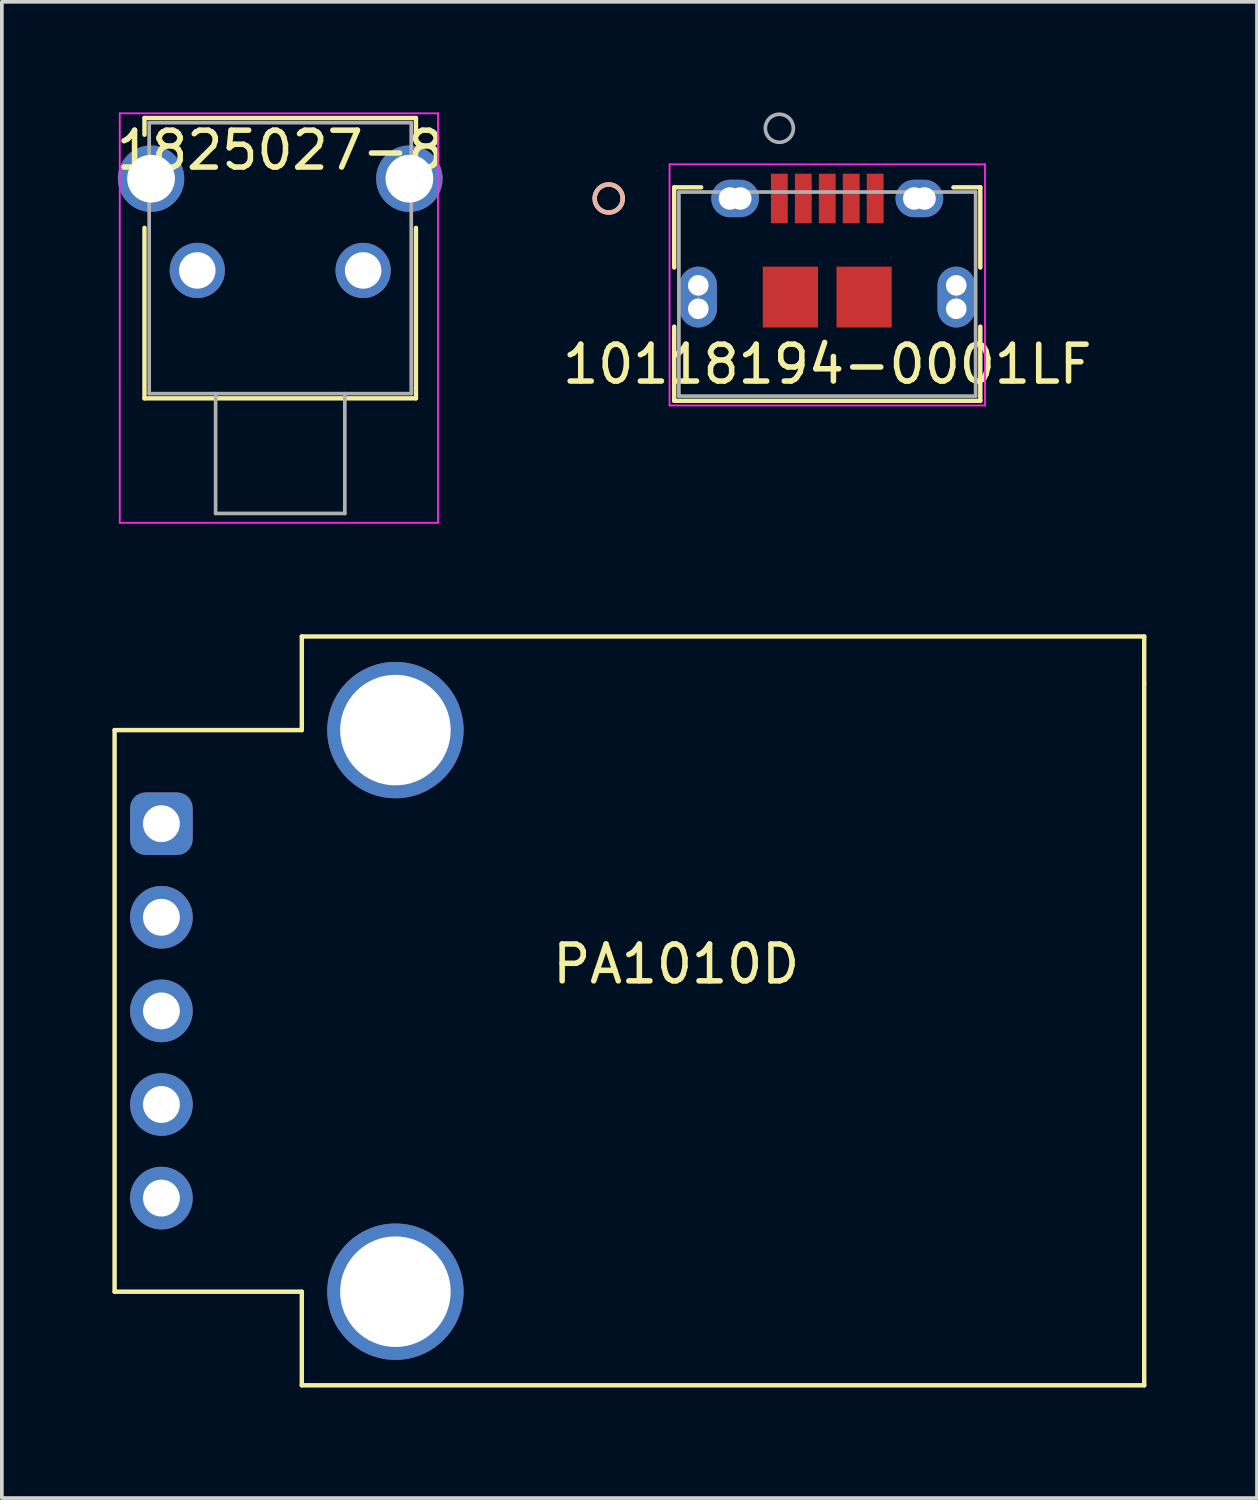
<source format=kicad_pcb>
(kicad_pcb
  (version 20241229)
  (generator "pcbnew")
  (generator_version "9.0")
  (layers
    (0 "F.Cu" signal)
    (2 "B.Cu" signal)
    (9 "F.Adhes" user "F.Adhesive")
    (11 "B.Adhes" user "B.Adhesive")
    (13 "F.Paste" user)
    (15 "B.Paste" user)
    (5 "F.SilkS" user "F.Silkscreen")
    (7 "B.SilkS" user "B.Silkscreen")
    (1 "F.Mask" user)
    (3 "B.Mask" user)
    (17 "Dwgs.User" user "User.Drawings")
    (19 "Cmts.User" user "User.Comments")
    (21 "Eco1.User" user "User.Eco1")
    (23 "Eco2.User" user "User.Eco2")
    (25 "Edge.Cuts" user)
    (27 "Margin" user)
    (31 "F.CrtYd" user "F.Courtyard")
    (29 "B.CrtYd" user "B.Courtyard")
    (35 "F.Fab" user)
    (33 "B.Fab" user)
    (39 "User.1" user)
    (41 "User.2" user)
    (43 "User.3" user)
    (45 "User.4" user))
  (footprint "10118194-0001LF"
    (layer "F.Cu")
    (at 19.399 4.93)
    (property "Reference" "10118194-0001LF" (at 0 1.905 0) (layer "F.SilkS") (effects (font (size 1 1) (thickness 0.15))))
    (attr through_hole)
    (fp_line (start -4.153 -2.896) (end -4.153 -0.721) (stroke (width 0.12) (type solid)) (layer "F.SilkS"))
    (fp_line (start -4.153 0.884) (end -4.153 2.896) (stroke (width 0.12) (type solid)) (layer "F.SilkS"))
    (fp_line (start -4.153 2.896) (end 4.153 2.896) (stroke (width 0.12) (type solid)) (layer "F.SilkS"))
    (fp_line (start -3.423 -2.896) (end -4.153 -2.896) (stroke (width 0.12) (type solid)) (layer "F.SilkS"))
    (fp_line (start 4.153 -2.896) (end 3.423 -2.896) (stroke (width 0.12) (type solid)) (layer "F.SilkS"))
    (fp_line (start 4.153 -0.721) (end 4.153 -2.896) (stroke (width 0.12) (type solid)) (layer "F.SilkS"))
    (fp_line (start 4.153 2.896) (end 4.153 0.884) (stroke (width 0.12) (type solid)) (layer "F.SilkS"))
    (fp_circle (center -5.931 -2.594) (end -5.55 -2.594) (stroke (width 0.12) (type solid)) (fill no) (layer "F.SilkS"))
    (fp_circle (center -5.931 -2.594) (end -5.55 -2.594) (stroke (width 0.12) (type solid)) (fill no) (layer "B.SilkS"))
    (fp_line (start -4.28 -3.521) (end -4.28 3.023) (stroke (width 0.05) (type solid)) (layer "F.CrtYd"))
    (fp_line (start -4.28 3.023) (end 4.28 3.023) (stroke (width 0.05) (type solid)) (layer "F.CrtYd"))
    (fp_line (start 4.28 -3.521) (end -4.28 -3.521) (stroke (width 0.05) (type solid)) (layer "F.CrtYd"))
    (fp_line (start 4.28 3.023) (end 4.28 -3.521) (stroke (width 0.05) (type solid)) (layer "F.CrtYd"))
    (fp_line (start -4.026 -2.769) (end -4.026 2.769) (stroke (width 0.1) (type solid)) (layer "F.Fab"))
    (fp_line (start -4.026 2.769) (end 4.026 2.769) (stroke (width 0.1) (type solid)) (layer "F.Fab"))
    (fp_line (start 4.026 -2.769) (end -4.026 -2.769) (stroke (width 0.1) (type solid)) (layer "F.Fab"))
    (fp_line (start 4.026 2.769) (end 4.026 -2.769) (stroke (width 0.1) (type solid)) (layer "F.Fab"))
    (fp_circle (center -1.3 -4.499) (end -0.919 -4.499) (stroke (width 0.1) (type solid)) (fill no) (layer "F.Fab"))
    (pad "" np_thru_hole circle (at -3.5 -0.236) (size 0.559 0.559) (drill 0.559) (layers "*.Cu" "*.Mask"))
    (pad "" np_thru_hole circle (at -3.5 0.399) (size 0.559 0.559) (drill 0.559) (layers "*.Cu" "*.Mask"))
    (pad "" np_thru_hole circle (at -2.64 -2.594) (size 0.61 0.61) (drill 0.61) (layers "*.Cu" "*.Mask"))
    (pad "" np_thru_hole circle (at -2.36 -2.594) (size 0.61 0.61) (drill 0.61) (layers "*.Cu" "*.Mask"))
    (pad "" np_thru_hole circle (at 2.36 -2.594) (size 0.61 0.61) (drill 0.61) (layers "*.Cu" "*.Mask"))
    (pad "" np_thru_hole circle (at 2.64 -2.594) (size 0.61 0.61) (drill 0.61) (layers "*.Cu" "*.Mask"))
    (pad "" np_thru_hole circle (at 3.5 -0.236) (size 0.559 0.559) (drill 0.559) (layers "*.Cu" "*.Mask"))
    (pad "" np_thru_hole circle (at 3.5 0.399) (size 0.559 0.559) (drill 0.559) (layers "*.Cu" "*.Mask"))
    (pad "1" smd rect (at -1.3 -2.594) (size 0.457 1.346) (layers "F.Cu" "F.Mask" "F.Paste"))
    (pad "2" smd rect (at -0.65 -2.594) (size 0.457 1.346) (layers "F.Cu" "F.Mask" "F.Paste"))
    (pad "3" smd rect (at 0 -2.594) (size 0.457 1.346) (layers "F.Cu" "F.Mask" "F.Paste"))
    (pad "4" smd rect (at 0.65 -2.594) (size 0.457 1.346) (layers "F.Cu" "F.Mask" "F.Paste"))
    (pad "5" smd rect (at 1.3 -2.594) (size 0.457 1.346) (layers "F.Cu" "F.Mask" "F.Paste"))
    (pad "10" smd rect (at -1 0.081) (size 1.499 1.651) (layers "F.Cu" "F.Mask" "F.Paste"))
    (pad "11" smd rect (at 1 0.081) (size 1.499 1.651) (layers "F.Cu" "F.Mask" "F.Paste"))
    (pad "S_1" thru_hole oval (at -3.5 0.081 90) (size 1.651 1.016) (drill 0.025) (layers "*.Cu" "*.Mask"))
    (pad "S_2" thru_hole oval (at 3.5 0.081 90) (size 1.651 1.016) (drill 0.025) (layers "*.Cu" "*.Mask"))
    (pad "S_3" thru_hole oval (at -2.5 -2.594) (size 1.295 1.016) (drill 0.025) (layers "*.Cu" "*.Mask"))
    (pad "S_4" thru_hole oval (at 2.5 -2.594) (size 1.295 1.016) (drill 0.025) (layers "*.Cu" "*.Mask")))
  (footprint "PA1010D"
    (layer "F.Cu")
    (at 1.33 19.302)
    (property "Reference" "PA1010D" (at 13.97 3.81 0) (layer "F.SilkS") (effects (font (size 1 1) (thickness 0.15))))
    (attr through_hole)
    (fp_line (start -1.27 -2.54) (end -1.27 12.7) (stroke (width 0.12) (type solid)) (layer "F.SilkS"))
    (fp_line (start -1.27 12.7) (end 3.81 12.7) (stroke (width 0.12) (type solid)) (layer "F.SilkS"))
    (fp_line (start 3.81 -5.08) (end 3.81 -2.54) (stroke (width 0.12) (type solid)) (layer "F.SilkS"))
    (fp_line (start 3.81 -2.54) (end -1.27 -2.54) (stroke (width 0.12) (type solid)) (layer "F.SilkS"))
    (fp_line (start 3.81 12.7) (end 3.81 15.24) (stroke (width 0.12) (type solid)) (layer "F.SilkS"))
    (fp_line (start 3.81 15.24) (end 26.67 15.24) (stroke (width 0.12) (type solid)) (layer "F.SilkS"))
    (fp_line (start 26.67 -5.08) (end 3.81 -5.08) (stroke (width 0.12) (type solid)) (layer "F.SilkS"))
    (fp_line (start 26.67 -3.81) (end 26.67 -5.08) (stroke (width 0.12) (type solid)) (layer "F.SilkS"))
    (fp_line (start 26.67 15.24) (end 26.67 -3.81) (stroke (width 0.12) (type solid)) (layer "F.SilkS"))
    (pad "" np_thru_hole circle (at 6.35 -2.54) (size 3.7 3.7) (drill 3) (layers "*.Cu" "*.Mask"))
    (pad "" np_thru_hole circle (at 6.35 12.7) (size 3.7 3.7) (drill 3) (layers "*.Cu" "*.Mask"))
    (pad "1" thru_hole roundrect (at 0 0) (size 1.7 1.7) (drill 1) (layers "*.Cu" "*.Mask") (roundrect_rratio 0.25))
    (pad "2" thru_hole circle (at 0 2.54) (size 1.7 1.7) (drill 1) (layers "*.Cu" "*.Mask"))
    (pad "3" thru_hole circle (at 0 5.08) (size 1.7 1.7) (drill 1) (layers "*.Cu" "*.Mask"))
    (pad "4" thru_hole circle (at 0 7.62) (size 1.7 1.7) (drill 1) (layers "*.Cu" "*.Mask"))
    (pad "5" thru_hole circle (at 0 10.16) (size 1.7 1.7) (drill 1) (layers "*.Cu" "*.Mask")))
  (footprint "1825027-8"
    (layer "F.Cu")
    (at 2.304 4.289)
    (property "Reference" "1825027-8" (at 2.25 -3.261 0) (layer "F.SilkS") (effects (font (size 1 1) (thickness 0.15))))
    (attr through_hole)
    (fp_line (start -1.433 -4.137) (end -1.433 -3.683) (stroke (width 0.12) (type solid)) (layer "F.SilkS"))
    (fp_line (start -1.433 -1.156) (end -1.433 3.47) (stroke (width 0.12) (type solid)) (layer "F.SilkS"))
    (fp_line (start -1.433 3.47) (end 5.933 3.47) (stroke (width 0.12) (type solid)) (layer "F.SilkS"))
    (fp_line (start 5.933 -4.137) (end -1.433 -4.137) (stroke (width 0.12) (type solid)) (layer "F.SilkS"))
    (fp_line (start 5.933 -3.683) (end 5.933 -4.137) (stroke (width 0.12) (type solid)) (layer "F.SilkS"))
    (fp_line (start 5.933 3.47) (end 5.933 -1.156) (stroke (width 0.12) (type solid)) (layer "F.SilkS"))
    (fp_line (start -2.104 -4.264) (end -2.104 6.848) (stroke (width 0.05) (type solid)) (layer "F.CrtYd"))
    (fp_line (start -2.104 6.848) (end 6.532 6.848) (stroke (width 0.05) (type solid)) (layer "F.CrtYd"))
    (fp_line (start 6.532 -4.264) (end -2.104 -4.264) (stroke (width 0.05) (type solid)) (layer "F.CrtYd"))
    (fp_line (start 6.532 6.848) (end 6.532 -4.264) (stroke (width 0.05) (type solid)) (layer "F.CrtYd"))
    (fp_line (start -1.306 -4.01) (end -1.306 3.343) (stroke (width 0.1) (type solid)) (layer "F.Fab"))
    (fp_line (start -1.306 3.343) (end 5.806 3.343) (stroke (width 0.1) (type solid)) (layer "F.Fab"))
    (fp_line (start 0.497 3.343) (end 0.497 6.594) (stroke (width 0.1) (type solid)) (layer "F.Fab"))
    (fp_line (start 0.497 6.594) (end 4.003 6.594) (stroke (width 0.1) (type solid)) (layer "F.Fab"))
    (fp_line (start 4.003 3.343) (end 4.003 6.594) (stroke (width 0.1) (type solid)) (layer "F.Fab"))
    (fp_line (start 5.806 -4.01) (end -1.306 -4.01) (stroke (width 0.1) (type solid)) (layer "F.Fab"))
    (fp_line (start 5.806 3.343) (end 5.806 -4.01) (stroke (width 0.1) (type solid)) (layer "F.Fab"))
    (pad "1" thru_hole circle (at 0 0) (size 1.499 1.499) (drill 0.991) (layers "*.Cu" "*.Mask"))
    (pad "2" thru_hole circle (at 4.5 0) (size 1.499 1.499) (drill 0.991) (layers "*.Cu" "*.Mask"))
    (pad "3" thru_hole circle (at -1.255 -2.49) (size 1.803 1.803) (drill 1.295) (layers "*.Cu" "*.Mask"))
    (pad "4" thru_hole circle (at 5.755 -2.49) (size 1.803 1.803) (drill 1.295) (layers "*.Cu" "*.Mask")))
  (gr_rect
    (start -3 -3)
    (end 31.06 37.602)
    (stroke (width 0.1) (type default))
    (fill no)
    (layer "Edge.Cuts")))
</source>
